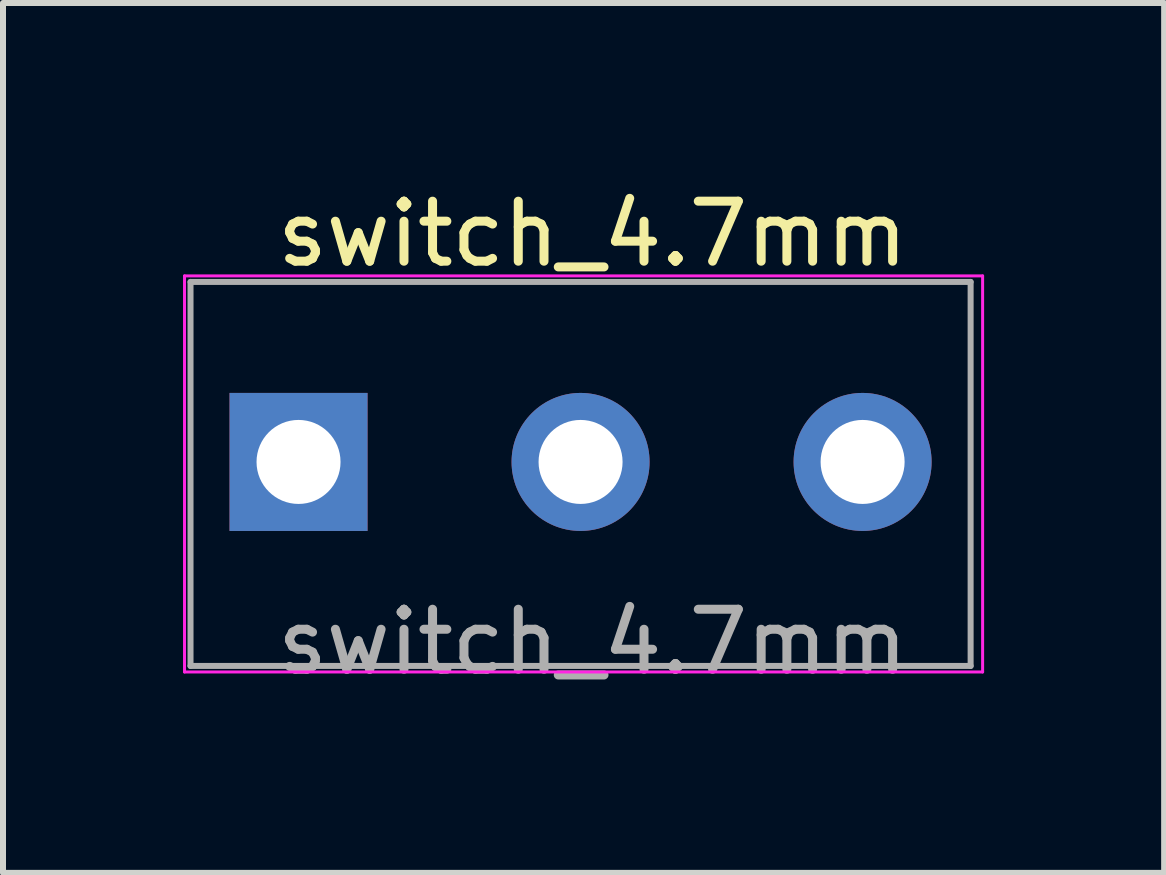
<source format=kicad_pcb>
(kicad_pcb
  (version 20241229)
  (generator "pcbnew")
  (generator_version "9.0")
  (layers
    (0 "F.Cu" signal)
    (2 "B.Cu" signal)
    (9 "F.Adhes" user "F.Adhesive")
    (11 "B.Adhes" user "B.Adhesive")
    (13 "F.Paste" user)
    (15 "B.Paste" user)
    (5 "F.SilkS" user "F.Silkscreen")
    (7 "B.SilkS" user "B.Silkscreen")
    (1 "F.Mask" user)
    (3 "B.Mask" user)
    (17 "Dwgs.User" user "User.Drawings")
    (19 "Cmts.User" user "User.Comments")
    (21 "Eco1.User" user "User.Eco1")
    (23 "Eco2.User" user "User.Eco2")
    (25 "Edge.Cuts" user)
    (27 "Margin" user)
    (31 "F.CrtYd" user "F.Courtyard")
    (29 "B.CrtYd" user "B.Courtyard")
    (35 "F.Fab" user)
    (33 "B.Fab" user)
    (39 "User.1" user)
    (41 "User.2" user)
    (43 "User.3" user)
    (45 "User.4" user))
  (footprint "switch_4.7mm"
    (layer "F.Cu")
    (at 2.825 5.148)
    (property "Reference" "switch_4.7mm" (at 4 -4.3 0) (layer "F.SilkS") (effects (font (size 1 1) (thickness 0.15))))
    (attr through_hole)
    (fp_line (start -2.8 -3.6) (end 10.5 -3.6) (stroke (width 0.05) (type solid)) (layer "F.CrtYd"))
    (fp_line (start -2.8 3) (end -2.8 -3.6) (stroke (width 0.05) (type solid)) (layer "F.CrtYd"))
    (fp_line (start 10.5 -3.6) (end 10.5 3) (stroke (width 0.05) (type solid)) (layer "F.CrtYd"))
    (fp_line (start 10.5 3) (end -2.8 3) (stroke (width 0.05) (type solid)) (layer "F.CrtYd"))
    (fp_line (start -2.7 -3.5) (end 10.3 -3.5) (stroke (width 0.1) (type solid)) (layer "F.Fab"))
    (fp_line (start -2.7 2.9) (end -2.7 -3.5) (stroke (width 0.1) (type solid)) (layer "F.Fab"))
    (fp_line (start 10.3 -3.5) (end 10.3 2.9) (stroke (width 0.1) (type solid)) (layer "F.Fab"))
    (fp_line (start 10.3 2.9) (end -2.7 2.9) (stroke (width 0.1) (type solid)) (layer "F.Fab"))
    (fp_text user "${REFERENCE}" (at 4 2.5 0) (layer "F.Fab") (effects (font (size 1 1) (thickness 0.15))))
    (pad "1" thru_hole rect (at -0.9 -0.5) (size 2.3 2.3) (drill 1.4) (layers "*.Cu" "*.Mask"))
    (pad "2" thru_hole circle (at 3.8 -0.5) (size 2.3 2.3) (drill 1.4) (layers "*.Cu" "*.Mask"))
    (pad "3" thru_hole circle (at 8.5 -0.5) (size 2.3 2.3) (drill 1.4) (layers "*.Cu" "*.Mask")))
  (gr_rect
    (start -3 -3)
    (end 16.35 11.496)
    (stroke (width 0.1) (type default))
    (fill no)
    (layer "Edge.Cuts")))
</source>
